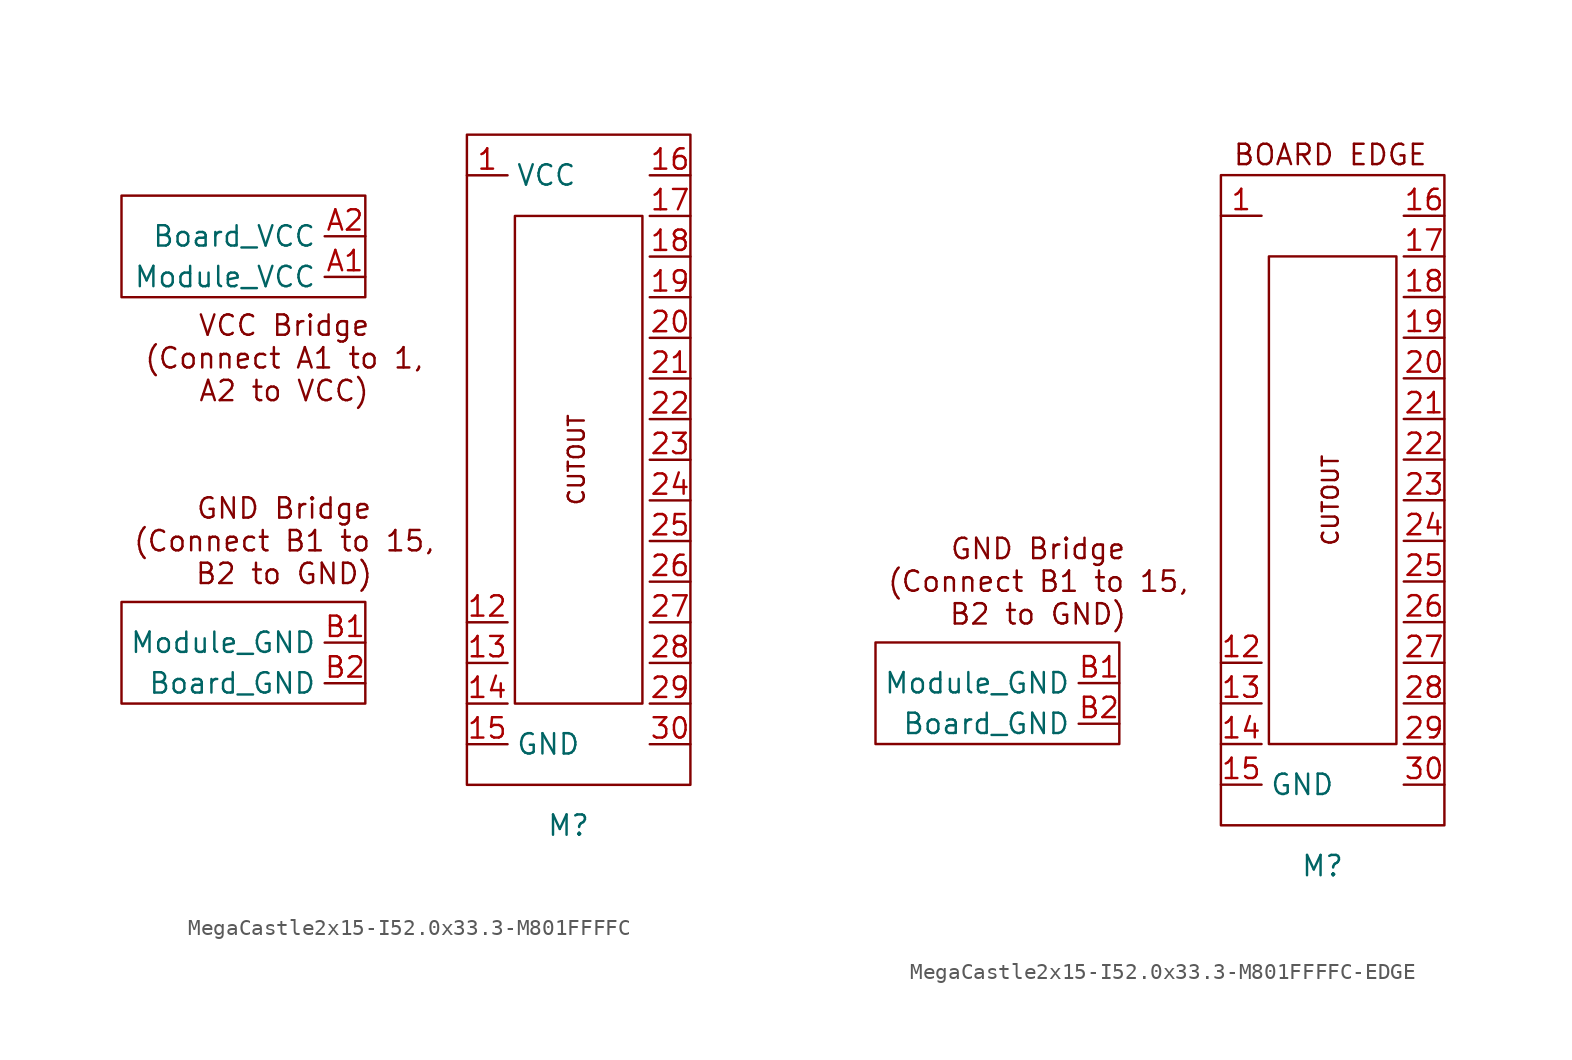
<source format=kicad_sym>
(kicad_symbol_lib
  (version 20231120)
  (generator "kicad_symbol_editor")
  (generator_version "8.0")
  (symbol "MegaCastle2x15-I52.0x33.3-M801FFFFC"
    (property "Reference" "M"
      (at 0 -22.86 0)
      (effects (font (size 1.27 1.27))))
    (property "Value" ""
      (at 0 5.08 0)
      (effects (font (size 1.27 1.27))))
    (symbol "MegaCastle2x15-I52.0x33.3-M801FFFFC_0_1"
      (rectangle (start -27.94 16.51) (end -12.7 10.16) (stroke (width 0) (type default)) (fill (type none)))
      (rectangle (start -27.94 -8.89) (end -12.7 -15.24) (stroke (width 0) (type default)) (fill (type none)))
      (rectangle (start -6.35 20.32) (end 7.62 -20.32) (stroke (width 0) (type default)) (fill (type none)))
      (rectangle (start -3.35 15.24) (end 4.62 -15.24) (stroke (width 0) (type default)) (fill (type none))))
    (symbol "MegaCastle2x15-I52.0x33.3-M801FFFFC_1_1"
      (text "GND Bridge\n(Connect B1 to 15,\nB2 to GND)" (at -17.78 -5.08 0) (effects (font (size 1.27 1.27))))
      (text "VCC Bridge\n(Connect A1 to 1,\nA2 to VCC)" (at -17.78 6.35 0) (effects (font (size 1.27 1.27))))
      (text "CUTOUT" (at 0.5 0 900) (effects (font (size 1 1))))
      (pin bidirectional line (at -6.35 17.78 0) (length 2.54) (name "VCC" (effects (font (size 1.27 1.27)))) (number "1" (effects (font (size 1.27 1.27)))))
      (pin bidirectional line (at -6.35 -10.16 0) (length 2.54) (name "" (effects (font (size 1.27 1.27)))) (number "12" (effects (font (size 1.27 1.27)))))
      (pin bidirectional line (at -6.35 -12.7 0) (length 2.54) (name "" (effects (font (size 1.27 1.27)))) (number "13" (effects (font (size 1.27 1.27)))))
      (pin bidirectional line (at -6.35 -15.24 0) (length 2.54) (name "" (effects (font (size 1.27 1.27)))) (number "14" (effects (font (size 1.27 1.27)))))
      (pin bidirectional line (at -6.35 -17.78 0) (length 2.54) (name "GND" (effects (font (size 1.27 1.27)))) (number "15" (effects (font (size 1.27 1.27)))))
      (pin bidirectional line (at 7.62 17.78 180) (length 2.54) (name "" (effects (font (size 1.27 1.27)))) (number "16" (effects (font (size 1.27 1.27)))))
      (pin bidirectional line (at 7.62 15.24 180) (length 2.54) (name "" (effects (font (size 1.27 1.27)))) (number "17" (effects (font (size 1.27 1.27)))))
      (pin bidirectional line (at 7.62 12.7 180) (length 2.54) (name "" (effects (font (size 1.27 1.27)))) (number "18" (effects (font (size 1.27 1.27)))))
      (pin bidirectional line (at 7.62 10.16 180) (length 2.54) (name "" (effects (font (size 1.27 1.27)))) (number "19" (effects (font (size 1.27 1.27)))))
      (pin bidirectional line (at 7.62 7.62 180) (length 2.54) (name "" (effects (font (size 1.27 1.27)))) (number "20" (effects (font (size 1.27 1.27)))))
      (pin bidirectional line (at 7.62 5.08 180) (length 2.54) (name "" (effects (font (size 1.27 1.27)))) (number "21" (effects (font (size 1.27 1.27)))))
      (pin bidirectional line (at 7.62 2.54 180) (length 2.54) (name "" (effects (font (size 1.27 1.27)))) (number "22" (effects (font (size 1.27 1.27)))))
      (pin bidirectional line (at 7.62 0 180) (length 2.54) (name "" (effects (font (size 1.27 1.27)))) (number "23" (effects (font (size 1.27 1.27)))))
      (pin bidirectional line (at 7.62 -2.54 180) (length 2.54) (name "" (effects (font (size 1.27 1.27)))) (number "24" (effects (font (size 1.27 1.27)))))
      (pin bidirectional line (at 7.62 -5.08 180) (length 2.54) (name "" (effects (font (size 1.27 1.27)))) (number "25" (effects (font (size 1.27 1.27)))))
      (pin bidirectional line (at 7.62 -7.62 180) (length 2.54) (name "" (effects (font (size 1.27 1.27)))) (number "26" (effects (font (size 1.27 1.27)))))
      (pin bidirectional line (at 7.62 -10.16 180) (length 2.54) (name "" (effects (font (size 1.27 1.27)))) (number "27" (effects (font (size 1.27 1.27)))))
      (pin bidirectional line (at 7.62 -12.7 180) (length 2.54) (name "" (effects (font (size 1.27 1.27)))) (number "28" (effects (font (size 1.27 1.27)))))
      (pin bidirectional line (at 7.62 -15.24 180) (length 2.54) (name "" (effects (font (size 1.27 1.27)))) (number "29" (effects (font (size 1.27 1.27)))))
      (pin bidirectional line (at 7.62 -17.78 180) (length 2.54) (name "" (effects (font (size 1.27 1.27)))) (number "30" (effects (font (size 1.27 1.27)))))
      (pin bidirectional line (at -12.7 11.43 180) (length 2.54) (name "Module_VCC" (effects (font (size 1.27 1.27)))) (number "A1" (effects (font (size 1.27 1.27)))))
      (pin bidirectional line (at -12.7 13.97 180) (length 2.54) (name "Board_VCC" (effects (font (size 1.27 1.27)))) (number "A2" (effects (font (size 1.27 1.27)))))
      (pin bidirectional line (at -12.7 -11.43 180) (length 2.54) (name "Module_GND" (effects (font (size 1.27 1.27)))) (number "B1" (effects (font (size 1.27 1.27)))))
      (pin bidirectional line (at -12.7 -13.97 180) (length 2.54) (name "Board_GND" (effects (font (size 1.27 1.27)))) (number "B2" (effects (font (size 1.27 1.27)))))))
  (symbol "MegaCastle2x15-I52.0x33.3-M801FFFFC-EDGE"
    (property "Reference" "M"
      (at 0 -22.86 0)
      (effects (font (size 1.27 1.27))))
    (property "Value" ""
      (at 0 5.08 0)
      (effects (font (size 1.27 1.27))))
    (symbol "MegaCastle2x15-I52.0x33.3-M801FFFFC-EDGE_0_1"
      (rectangle (start -27.94 -8.89) (end -12.7 -15.24) (stroke (width 0) (type default)) (fill (type none)))
      (rectangle (start -6.35 20.32) (end 7.62 -20.32) (stroke (width 0) (type default)) (fill (type none)))
      (rectangle (start -3.35 15.24) (end 4.62 -15.24) (stroke (width 0) (type default)) (fill (type none))))
    (symbol "MegaCastle2x15-I52.0x33.3-M801FFFFC-EDGE_1_1"
      (text "GND Bridge\n(Connect B1 to 15,\nB2 to GND)" (at -17.78 -5.08 0) (effects (font (size 1.27 1.27))))
      (text " BOARD EDGE" (at 0 21.59 0) (effects (font (size 1.27 1.27))))
      (text "CUTOUT" (at 0.5 0 900) (effects (font (size 1 1))))
      (pin bidirectional line (at -6.35 17.78 0) (length 2.54) (name "" (effects (font (size 1.27 1.27)))) (number "1" (effects (font (size 1.27 1.27)))))
      (pin bidirectional line (at -6.35 -10.16 0) (length 2.54) (name "" (effects (font (size 1.27 1.27)))) (number "12" (effects (font (size 1.27 1.27)))))
      (pin bidirectional line (at -6.35 -12.7 0) (length 2.54) (name "" (effects (font (size 1.27 1.27)))) (number "13" (effects (font (size 1.27 1.27)))))
      (pin bidirectional line (at -6.35 -15.24 0) (length 2.54) (name "" (effects (font (size 1.27 1.27)))) (number "14" (effects (font (size 1.27 1.27)))))
      (pin bidirectional line (at -6.35 -17.78 0) (length 2.54) (name "GND" (effects (font (size 1.27 1.27)))) (number "15" (effects (font (size 1.27 1.27)))))
      (pin bidirectional line (at 7.62 17.78 180) (length 2.54) (name "" (effects (font (size 1.27 1.27)))) (number "16" (effects (font (size 1.27 1.27)))))
      (pin bidirectional line (at 7.62 15.24 180) (length 2.54) (name "" (effects (font (size 1.27 1.27)))) (number "17" (effects (font (size 1.27 1.27)))))
      (pin bidirectional line (at 7.62 12.7 180) (length 2.54) (name "" (effects (font (size 1.27 1.27)))) (number "18" (effects (font (size 1.27 1.27)))))
      (pin bidirectional line (at 7.62 10.16 180) (length 2.54) (name "" (effects (font (size 1.27 1.27)))) (number "19" (effects (font (size 1.27 1.27)))))
      (pin bidirectional line (at 7.62 7.62 180) (length 2.54) (name "" (effects (font (size 1.27 1.27)))) (number "20" (effects (font (size 1.27 1.27)))))
      (pin bidirectional line (at 7.62 5.08 180) (length 2.54) (name "" (effects (font (size 1.27 1.27)))) (number "21" (effects (font (size 1.27 1.27)))))
      (pin bidirectional line (at 7.62 2.54 180) (length 2.54) (name "" (effects (font (size 1.27 1.27)))) (number "22" (effects (font (size 1.27 1.27)))))
      (pin bidirectional line (at 7.62 0 180) (length 2.54) (name "" (effects (font (size 1.27 1.27)))) (number "23" (effects (font (size 1.27 1.27)))))
      (pin bidirectional line (at 7.62 -2.54 180) (length 2.54) (name "" (effects (font (size 1.27 1.27)))) (number "24" (effects (font (size 1.27 1.27)))))
      (pin bidirectional line (at 7.62 -5.08 180) (length 2.54) (name "" (effects (font (size 1.27 1.27)))) (number "25" (effects (font (size 1.27 1.27)))))
      (pin bidirectional line (at 7.62 -7.62 180) (length 2.54) (name "" (effects (font (size 1.27 1.27)))) (number "26" (effects (font (size 1.27 1.27)))))
      (pin bidirectional line (at 7.62 -10.16 180) (length 2.54) (name "" (effects (font (size 1.27 1.27)))) (number "27" (effects (font (size 1.27 1.27)))))
      (pin bidirectional line (at 7.62 -12.7 180) (length 2.54) (name "" (effects (font (size 1.27 1.27)))) (number "28" (effects (font (size 1.27 1.27)))))
      (pin bidirectional line (at 7.62 -15.24 180) (length 2.54) (name "" (effects (font (size 1.27 1.27)))) (number "29" (effects (font (size 1.27 1.27)))))
      (pin bidirectional line (at 7.62 -17.78 180) (length 2.54) (name "" (effects (font (size 1.27 1.27)))) (number "30" (effects (font (size 1.27 1.27)))))
      (pin bidirectional line (at -12.7 -11.43 180) (length 2.54) (name "Module_GND" (effects (font (size 1.27 1.27)))) (number "B1" (effects (font (size 1.27 1.27)))))
      (pin bidirectional line (at -12.7 -13.97 180) (length 2.54) (name "Board_GND" (effects (font (size 1.27 1.27)))) (number "B2" (effects (font (size 1.27 1.27))))))))
</source>
